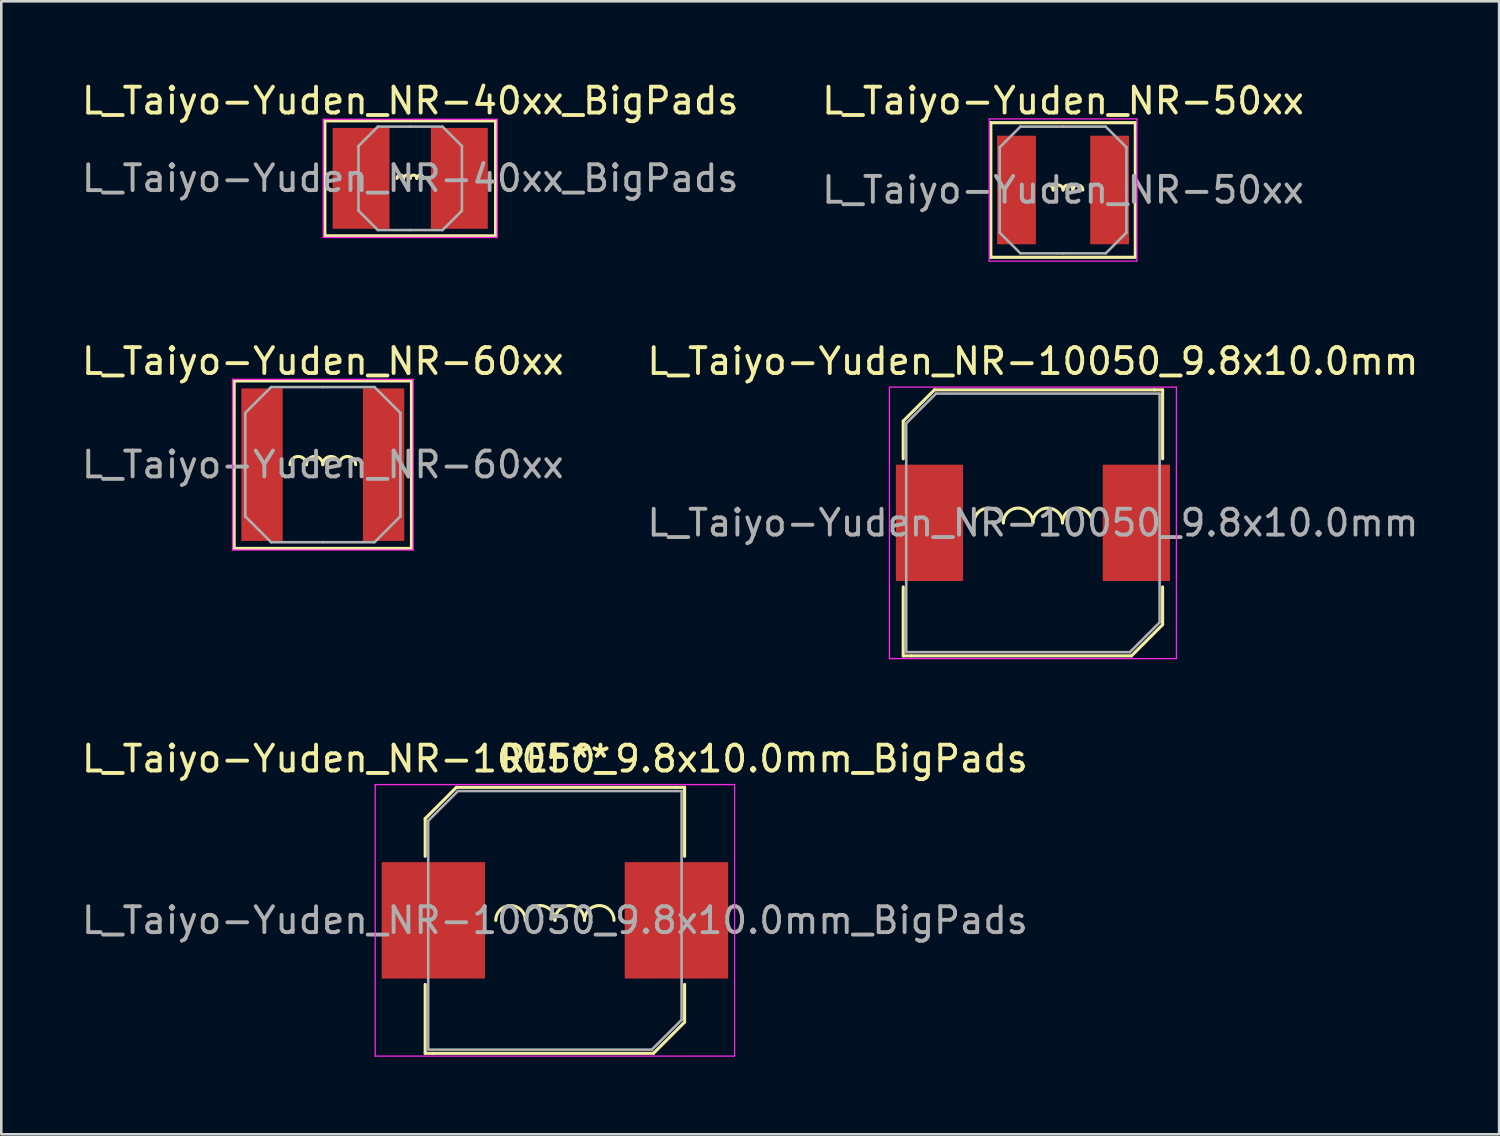
<source format=kicad_pcb>
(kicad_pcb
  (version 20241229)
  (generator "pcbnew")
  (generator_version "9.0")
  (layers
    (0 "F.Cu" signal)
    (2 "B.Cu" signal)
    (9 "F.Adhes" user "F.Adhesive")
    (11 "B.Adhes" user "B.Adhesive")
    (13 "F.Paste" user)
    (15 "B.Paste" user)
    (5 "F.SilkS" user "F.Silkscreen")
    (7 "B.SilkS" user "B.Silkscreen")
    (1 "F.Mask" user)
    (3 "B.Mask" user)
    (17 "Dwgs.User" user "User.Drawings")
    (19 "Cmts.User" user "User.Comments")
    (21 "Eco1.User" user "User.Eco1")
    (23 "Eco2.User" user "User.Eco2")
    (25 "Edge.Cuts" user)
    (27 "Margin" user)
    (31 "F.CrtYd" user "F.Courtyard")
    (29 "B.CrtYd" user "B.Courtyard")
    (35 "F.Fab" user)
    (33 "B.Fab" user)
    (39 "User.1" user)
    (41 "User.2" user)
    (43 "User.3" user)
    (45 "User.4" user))
  (footprint "L_Taiyo-Yuden_NR-60xx"
    (layer "F.Cu")
    (at 9.435 14.921)
    (property "Reference" "L_Taiyo-Yuden_NR-60xx" (at 0 -4 0) (layer "F.SilkS") (effects (font (size 1 1) (thickness 0.15))))
    (attr smd)
    (fp_line (start -3.429 -3.239) (end -3.429 3.239) (stroke (width 0.12) (type solid)) (layer "F.SilkS"))
    (fp_line (start -3.429 3.239) (end 3.429 3.239) (stroke (width 0.12) (type solid)) (layer "F.SilkS"))
    (fp_line (start 3.429 -3.239) (end -3.429 -3.239) (stroke (width 0.12) (type solid)) (layer "F.SilkS"))
    (fp_line (start 3.429 3.239) (end 3.429 -3.239) (stroke (width 0.12) (type solid)) (layer "F.SilkS"))
    (fp_arc (start -1.27 0) (mid -0.9525 -0.3175) (end -0.635 0) (stroke (width 0.12) (type solid)) (layer "F.SilkS"))
    (fp_arc (start -0.635 0) (mid -0.3175 -0.3175) (end 0 0) (stroke (width 0.12) (type solid)) (layer "F.SilkS"))
    (fp_arc (start 0 0) (mid 0.3175 -0.3175) (end 0.635 0) (stroke (width 0.12) (type solid)) (layer "F.SilkS"))
    (fp_arc (start 0.635 0) (mid 0.9525 -0.3175) (end 1.27 0) (stroke (width 0.12) (type solid)) (layer "F.SilkS"))
    (fp_line (start -3.493 -3.302) (end -3.493 3.302) (stroke (width 0.05) (type solid)) (layer "F.CrtYd"))
    (fp_line (start -3.493 3.302) (end 3.493 3.302) (stroke (width 0.05) (type solid)) (layer "F.CrtYd"))
    (fp_line (start 3.493 -3.302) (end -3.493 -3.302) (stroke (width 0.05) (type solid)) (layer "F.CrtYd"))
    (fp_line (start 3.493 3.302) (end 3.493 -3.302) (stroke (width 0.05) (type solid)) (layer "F.CrtYd"))
    (fp_line (start -3 -2) (end -2 -3) (stroke (width 0.1) (type solid)) (layer "F.Fab"))
    (fp_line (start -3 0) (end -3 -2) (stroke (width 0.1) (type solid)) (layer "F.Fab"))
    (fp_line (start -3 0) (end -3 2) (stroke (width 0.1) (type solid)) (layer "F.Fab"))
    (fp_line (start -3 2) (end -2 3) (stroke (width 0.1) (type solid)) (layer "F.Fab"))
    (fp_line (start -2 -3) (end 0 -3) (stroke (width 0.1) (type solid)) (layer "F.Fab"))
    (fp_line (start -2 3) (end 0 3) (stroke (width 0.1) (type solid)) (layer "F.Fab"))
    (fp_line (start 2 -3) (end 0 -3) (stroke (width 0.1) (type solid)) (layer "F.Fab"))
    (fp_line (start 2 3) (end 0 3) (stroke (width 0.1) (type solid)) (layer "F.Fab"))
    (fp_line (start 3 -2) (end 2 -3) (stroke (width 0.1) (type solid)) (layer "F.Fab"))
    (fp_line (start 3 0) (end 3 -2) (stroke (width 0.1) (type solid)) (layer "F.Fab"))
    (fp_line (start 3 0) (end 3 2) (stroke (width 0.1) (type solid)) (layer "F.Fab"))
    (fp_line (start 3 2) (end 2 3) (stroke (width 0.1) (type solid)) (layer "F.Fab"))
    (fp_text user "${REFERENCE}" (at 0 0 0) (layer "F.Fab") (effects (font (size 1 1) (thickness 0.15))))
    (pad "1" smd rect (at -2.35 0) (size 1.6 5.9) (layers "F.Cu" "F.Mask" "F.Paste"))
    (pad "2" smd rect (at 2.35 0) (size 1.6 5.9) (layers "F.Cu" "F.Mask" "F.Paste")))
  (footprint "L_Taiyo-Yuden_NR-10050_9.8x10.0mm"
    (layer "F.Cu")
    (at 36.899 17.172)
    (property "Reference" "L_Taiyo-Yuden_NR-10050_9.8x10.0mm" (at 0 -6.25 0) (layer "F.SilkS") (effects (font (size 1 1) (thickness 0.15))))
    (attr smd)
    (fp_line (start -5.016 -3.937) (end -5.016 -2.477) (stroke (width 0.12) (type solid)) (layer "F.SilkS"))
    (fp_line (start -5.016 5.144) (end -5.016 2.477) (stroke (width 0.12) (type solid)) (layer "F.SilkS"))
    (fp_line (start -4.699 5.144) (end -5.016 5.144) (stroke (width 0.12) (type solid)) (layer "F.SilkS"))
    (fp_line (start -4.699 5.144) (end 3.81 5.144) (stroke (width 0.12) (type solid)) (layer "F.SilkS"))
    (fp_line (start -3.81 -5.144) (end -5.016 -3.937) (stroke (width 0.12) (type solid)) (layer "F.SilkS"))
    (fp_line (start 3.81 5.144) (end 5.016 3.937) (stroke (width 0.12) (type solid)) (layer "F.SilkS"))
    (fp_line (start 4.699 -5.144) (end -3.81 -5.144) (stroke (width 0.12) (type solid)) (layer "F.SilkS"))
    (fp_line (start 4.699 -5.144) (end 5.016 -5.144) (stroke (width 0.12) (type solid)) (layer "F.SilkS"))
    (fp_line (start 5.016 -5.144) (end 5.016 -2.477) (stroke (width 0.12) (type solid)) (layer "F.SilkS"))
    (fp_line (start 5.016 3.937) (end 5.016 2.477) (stroke (width 0.12) (type solid)) (layer "F.SilkS"))
    (fp_arc (start -2.286 0) (mid -1.7145 -0.5715) (end -1.143 0) (stroke (width 0.12) (type solid)) (layer "F.SilkS"))
    (fp_arc (start -1.143 0) (mid -0.5715 -0.5715) (end 0 0) (stroke (width 0.12) (type solid)) (layer "F.SilkS"))
    (fp_arc (start 0 0) (mid 0.5715 -0.5715) (end 1.143 0) (stroke (width 0.12) (type solid)) (layer "F.SilkS"))
    (fp_arc (start 1.143 0) (mid 1.7145 -0.5715) (end 2.286 0) (stroke (width 0.12) (type solid)) (layer "F.SilkS"))
    (fp_line (start -5.55 -5.25) (end -5.55 5.25) (stroke (width 0.05) (type solid)) (layer "F.CrtYd"))
    (fp_line (start -5.55 5.25) (end 5.55 5.25) (stroke (width 0.05) (type solid)) (layer "F.CrtYd"))
    (fp_line (start 5.55 -5.25) (end -5.55 -5.25) (stroke (width 0.05) (type solid)) (layer "F.CrtYd"))
    (fp_line (start 5.55 5.25) (end 5.55 -5.25) (stroke (width 0.05) (type solid)) (layer "F.CrtYd"))
    (fp_line (start -4.9 -3.85) (end -4.9 5) (stroke (width 0.1) (type solid)) (layer "F.Fab"))
    (fp_line (start -4.9 -3.85) (end -3.75 -5) (stroke (width 0.1) (type solid)) (layer "F.Fab"))
    (fp_line (start -4.9 5) (end 3.75 5) (stroke (width 0.1) (type solid)) (layer "F.Fab"))
    (fp_line (start 3.75 5) (end 4.9 3.85) (stroke (width 0.1) (type solid)) (layer "F.Fab"))
    (fp_line (start 4.9 -5) (end -3.75 -5) (stroke (width 0.1) (type solid)) (layer "F.Fab"))
    (fp_line (start 4.9 3.85) (end 4.9 -5) (stroke (width 0.1) (type solid)) (layer "F.Fab"))
    (fp_text user "${REFERENCE}" (at 0 0 0) (layer "F.Fab") (effects (font (size 1 1) (thickness 0.15))))
    (pad "1" smd rect (at -4 0) (size 2.6 4.5) (layers "F.Cu" "F.Mask" "F.Paste"))
    (pad "2" smd rect (at 4 0) (size 2.6 4.5) (layers "F.Cu" "F.Mask" "F.Paste")))
  (footprint "L_Taiyo-Yuden_NR-50xx"
    (layer "F.Cu")
    (at 38.065 4.298)
    (property "Reference" "L_Taiyo-Yuden_NR-50xx" (at 0 -3.45 0) (layer "F.SilkS") (effects (font (size 1 1) (thickness 0.15))))
    (attr smd)
    (fp_line (start -2.794 -2.603) (end -2.794 2.603) (stroke (width 0.12) (type solid)) (layer "F.SilkS"))
    (fp_line (start -2.794 -2.603) (end 2.794 -2.603) (stroke (width 0.12) (type solid)) (layer "F.SilkS"))
    (fp_line (start -2.794 2.603) (end 2.794 2.603) (stroke (width 0.12) (type solid)) (layer "F.SilkS"))
    (fp_line (start 2.794 2.603) (end 2.794 -2.603) (stroke (width 0.12) (type solid)) (layer "F.SilkS"))
    (fp_arc (start -0.762 0) (mid -0.5715 -0.1905) (end -0.381 0) (stroke (width 0.12) (type solid)) (layer "F.SilkS"))
    (fp_arc (start -0.381 0) (mid -0.1905 -0.1905) (end 0 0) (stroke (width 0.12) (type solid)) (layer "F.SilkS"))
    (fp_arc (start 0 0) (mid 0.1905 -0.1905) (end 0.381 0) (stroke (width 0.12) (type solid)) (layer "F.SilkS"))
    (fp_arc (start 0.381 0) (mid 0.5715 -0.1905) (end 0.762 0) (stroke (width 0.12) (type solid)) (layer "F.SilkS"))
    (fp_line (start -2.857 -2.75) (end -2.857 2.75) (stroke (width 0.05) (type solid)) (layer "F.CrtYd"))
    (fp_line (start -2.857 2.75) (end 2.857 2.75) (stroke (width 0.05) (type solid)) (layer "F.CrtYd"))
    (fp_line (start 2.857 -2.75) (end -2.857 -2.75) (stroke (width 0.05) (type solid)) (layer "F.CrtYd"))
    (fp_line (start 2.857 2.75) (end 2.857 -2.75) (stroke (width 0.05) (type solid)) (layer "F.CrtYd"))
    (fp_line (start -2.45 -1.65) (end -1.65 -2.45) (stroke (width 0.1) (type solid)) (layer "F.Fab"))
    (fp_line (start -2.45 0) (end -2.45 -1.65) (stroke (width 0.1) (type solid)) (layer "F.Fab"))
    (fp_line (start -2.45 0) (end -2.45 1.65) (stroke (width 0.1) (type solid)) (layer "F.Fab"))
    (fp_line (start -2.45 1.65) (end -1.65 2.45) (stroke (width 0.1) (type solid)) (layer "F.Fab"))
    (fp_line (start -1.65 -2.45) (end 0 -2.45) (stroke (width 0.1) (type solid)) (layer "F.Fab"))
    (fp_line (start -1.65 2.45) (end 0 2.45) (stroke (width 0.1) (type solid)) (layer "F.Fab"))
    (fp_line (start 1.65 -2.45) (end 0 -2.45) (stroke (width 0.1) (type solid)) (layer "F.Fab"))
    (fp_line (start 1.65 2.45) (end 0 2.45) (stroke (width 0.1) (type solid)) (layer "F.Fab"))
    (fp_line (start 2.45 -1.65) (end 1.65 -2.45) (stroke (width 0.1) (type solid)) (layer "F.Fab"))
    (fp_line (start 2.45 0) (end 2.45 -1.65) (stroke (width 0.1) (type solid)) (layer "F.Fab"))
    (fp_line (start 2.45 0) (end 2.45 1.65) (stroke (width 0.1) (type solid)) (layer "F.Fab"))
    (fp_line (start 2.45 1.65) (end 1.65 2.45) (stroke (width 0.1) (type solid)) (layer "F.Fab"))
    (fp_text user "${REFERENCE}" (at 0 0 0) (layer "F.Fab") (effects (font (size 1 1) (thickness 0.15))))
    (pad "1" smd rect (at -1.8 0) (size 1.5 4.2) (layers "F.Cu" "F.Mask" "F.Paste"))
    (pad "2" smd rect (at 1.8 0) (size 1.5 4.2) (layers "F.Cu" "F.Mask" "F.Paste")))
  (footprint "L_Taiyo-Yuden_NR-40xx_BigPads"
    (layer "F.Cu")
    (at 12.815 3.848)
    (property "Reference" "L_Taiyo-Yuden_NR-40xx_BigPads" (at 0 -3 0) (layer "F.SilkS") (effects (font (size 1 1) (thickness 0.15))))
    (attr smd)
    (fp_line (start -3.302 -2.223) (end 3.302 -2.223) (stroke (width 0.12) (type solid)) (layer "F.SilkS"))
    (fp_line (start -3.302 2.223) (end -3.302 -2.223) (stroke (width 0.12) (type solid)) (layer "F.SilkS"))
    (fp_line (start 3.302 -2.223) (end 3.302 2.223) (stroke (width 0.12) (type solid)) (layer "F.SilkS"))
    (fp_line (start 3.302 2.223) (end -3.302 2.223) (stroke (width 0.12) (type solid)) (layer "F.SilkS"))
    (fp_arc (start -0.508 0) (mid -0.381 -0.127) (end -0.254 0) (stroke (width 0.12) (type solid)) (layer "F.SilkS"))
    (fp_arc (start -0.254 0) (mid -0.127 -0.127) (end 0 0) (stroke (width 0.12) (type solid)) (layer "F.SilkS"))
    (fp_arc (start 0 0) (mid 0.127 -0.127) (end 0.254 0) (stroke (width 0.12) (type solid)) (layer "F.SilkS"))
    (fp_arc (start 0.254 0) (mid 0.381 -0.127) (end 0.508 0) (stroke (width 0.12) (type solid)) (layer "F.SilkS"))
    (fp_line (start -3.365 -2.286) (end -3.365 2.286) (stroke (width 0.05) (type solid)) (layer "F.CrtYd"))
    (fp_line (start -3.365 2.286) (end 3.365 2.286) (stroke (width 0.05) (type solid)) (layer "F.CrtYd"))
    (fp_line (start 3.365 -2.286) (end -3.365 -2.286) (stroke (width 0.05) (type solid)) (layer "F.CrtYd"))
    (fp_line (start 3.365 2.286) (end 3.365 -2.286) (stroke (width 0.05) (type solid)) (layer "F.CrtYd"))
    (fp_line (start -2 -1.25) (end -1.25 -2) (stroke (width 0.1) (type solid)) (layer "F.Fab"))
    (fp_line (start -2 0) (end -2 -1.25) (stroke (width 0.1) (type solid)) (layer "F.Fab"))
    (fp_line (start -2 0) (end -2 1.25) (stroke (width 0.1) (type solid)) (layer "F.Fab"))
    (fp_line (start -2 1.25) (end -1.25 2) (stroke (width 0.1) (type solid)) (layer "F.Fab"))
    (fp_line (start -1.25 -2) (end 0 -2) (stroke (width 0.1) (type solid)) (layer "F.Fab"))
    (fp_line (start -1.25 2) (end 0 2) (stroke (width 0.1) (type solid)) (layer "F.Fab"))
    (fp_line (start 1.25 -2) (end 0 -2) (stroke (width 0.1) (type solid)) (layer "F.Fab"))
    (fp_line (start 1.25 2) (end 0 2) (stroke (width 0.1) (type solid)) (layer "F.Fab"))
    (fp_line (start 2 -1.25) (end 1.25 -2) (stroke (width 0.1) (type solid)) (layer "F.Fab"))
    (fp_line (start 2 0) (end 2 -1.25) (stroke (width 0.1) (type solid)) (layer "F.Fab"))
    (fp_line (start 2 0) (end 2 1.25) (stroke (width 0.1) (type solid)) (layer "F.Fab"))
    (fp_line (start 2 1.25) (end 1.25 2) (stroke (width 0.1) (type solid)) (layer "F.Fab"))
    (fp_text user "${REFERENCE}" (at 0 0 0) (layer "F.Fab") (effects (font (size 1 1) (thickness 0.15))))
    (pad "1" smd rect (at -1.9 0) (size 2.2 3.9) (layers "F.Cu" "F.Mask" "F.Paste"))
    (pad "2" smd rect (at 1.9 0) (size 2.2 3.9) (layers "F.Cu" "F.Mask" "F.Paste")))
  (footprint "L_Taiyo-Yuden_NR-10050_9.8x10.0mm_BigPads"
    (layer "F.Cu")
    (at 18.411 32.545)
    (property "Reference" "L_Taiyo-Yuden_NR-10050_9.8x10.0mm_BigPads" (at 0 -6.25 0) (layer "F.SilkS") (effects (font (size 1 1) (thickness 0.15))))
    (attr smd)
    (fp_line (start -5.016 -3.937) (end -5.016 -2.477) (stroke (width 0.12) (type solid)) (layer "F.SilkS"))
    (fp_line (start -5.016 5.144) (end -5.016 2.477) (stroke (width 0.12) (type solid)) (layer "F.SilkS"))
    (fp_line (start -4.699 5.144) (end -5.016 5.144) (stroke (width 0.12) (type solid)) (layer "F.SilkS"))
    (fp_line (start -4.699 5.144) (end 3.81 5.144) (stroke (width 0.12) (type solid)) (layer "F.SilkS"))
    (fp_line (start -3.81 -5.144) (end -5.016 -3.937) (stroke (width 0.12) (type solid)) (layer "F.SilkS"))
    (fp_line (start 3.81 5.144) (end 5.016 3.937) (stroke (width 0.12) (type solid)) (layer "F.SilkS"))
    (fp_line (start 4.699 -5.144) (end -3.81 -5.144) (stroke (width 0.12) (type solid)) (layer "F.SilkS"))
    (fp_line (start 4.699 -5.144) (end 5.016 -5.144) (stroke (width 0.12) (type solid)) (layer "F.SilkS"))
    (fp_line (start 5.016 -5.144) (end 5.016 -2.477) (stroke (width 0.12) (type solid)) (layer "F.SilkS"))
    (fp_line (start 5.016 3.937) (end 5.016 2.477) (stroke (width 0.12) (type solid)) (layer "F.SilkS"))
    (fp_arc (start -2.286 0) (mid -1.7145 -0.5715) (end -1.143 0) (stroke (width 0.12) (type solid)) (layer "F.SilkS"))
    (fp_arc (start -1.143 0) (mid -0.5715 -0.5715) (end 0 0) (stroke (width 0.12) (type solid)) (layer "F.SilkS"))
    (fp_arc (start 0 0) (mid 0.5715 -0.5715) (end 1.143 0) (stroke (width 0.12) (type solid)) (layer "F.SilkS"))
    (fp_arc (start 1.143 0) (mid 1.7145 -0.5715) (end 2.286 0) (stroke (width 0.12) (type solid)) (layer "F.SilkS"))
    (fp_line (start -6.95 -5.25) (end -6.95 5.25) (stroke (width 0.05) (type solid)) (layer "F.CrtYd"))
    (fp_line (start -6.95 5.25) (end 6.95 5.25) (stroke (width 0.05) (type solid)) (layer "F.CrtYd"))
    (fp_line (start 6.95 -5.25) (end -6.95 -5.25) (stroke (width 0.05) (type solid)) (layer "F.CrtYd"))
    (fp_line (start 6.95 5.25) (end 6.95 -5.25) (stroke (width 0.05) (type solid)) (layer "F.CrtYd"))
    (fp_line (start -4.9 -3.85) (end -4.9 5) (stroke (width 0.1) (type solid)) (layer "F.Fab"))
    (fp_line (start -4.9 -3.85) (end -3.75 -5) (stroke (width 0.1) (type solid)) (layer "F.Fab"))
    (fp_line (start -4.9 5) (end 3.75 5) (stroke (width 0.1) (type solid)) (layer "F.Fab"))
    (fp_line (start 3.75 5) (end 4.9 3.85) (stroke (width 0.1) (type solid)) (layer "F.Fab"))
    (fp_line (start 4.9 -5) (end -3.75 -5) (stroke (width 0.1) (type solid)) (layer "F.Fab"))
    (fp_line (start 4.9 3.85) (end 4.9 -5) (stroke (width 0.1) (type solid)) (layer "F.Fab"))
    (fp_text user "REF**" (at 0 -6.25 0) (layer "F.SilkS") (effects (font (size 1 1) (thickness 0.15))))
    (fp_text user "${REFERENCE}" (at 0 0 0) (layer "F.Fab") (effects (font (size 1 1) (thickness 0.15))))
    (pad "1" smd rect (at -4.7 0) (size 4 4.5) (layers "F.Cu" "F.Mask" "F.Paste"))
    (pad "2" smd rect (at 4.7 0) (size 4 4.5) (layers "F.Cu" "F.Mask" "F.Paste")))
  (gr_rect
    (start -3 -3)
    (end 54.929 40.82)
    (stroke (width 0.1) (type default))
    (fill no)
    (layer "Edge.Cuts")))
</source>
